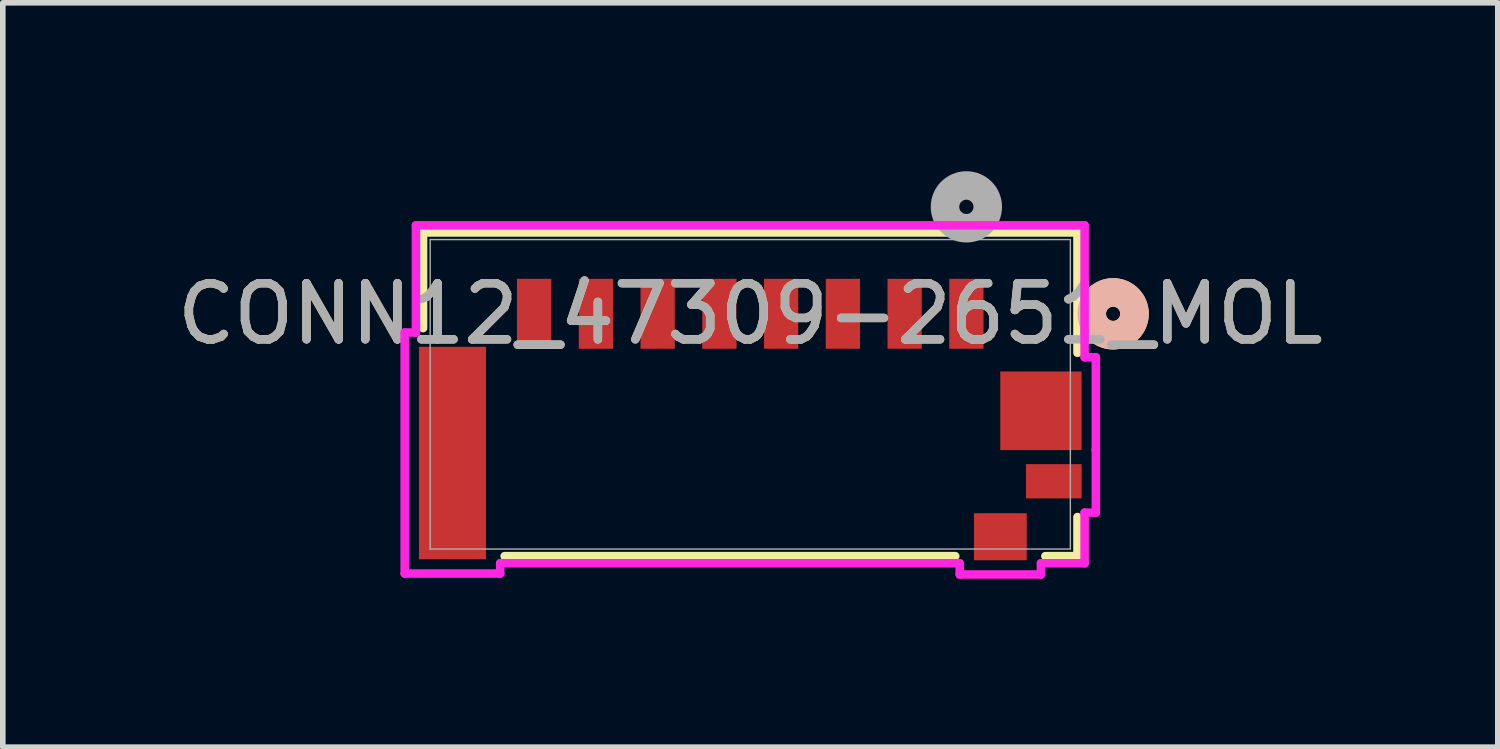
<source format=kicad_pcb>
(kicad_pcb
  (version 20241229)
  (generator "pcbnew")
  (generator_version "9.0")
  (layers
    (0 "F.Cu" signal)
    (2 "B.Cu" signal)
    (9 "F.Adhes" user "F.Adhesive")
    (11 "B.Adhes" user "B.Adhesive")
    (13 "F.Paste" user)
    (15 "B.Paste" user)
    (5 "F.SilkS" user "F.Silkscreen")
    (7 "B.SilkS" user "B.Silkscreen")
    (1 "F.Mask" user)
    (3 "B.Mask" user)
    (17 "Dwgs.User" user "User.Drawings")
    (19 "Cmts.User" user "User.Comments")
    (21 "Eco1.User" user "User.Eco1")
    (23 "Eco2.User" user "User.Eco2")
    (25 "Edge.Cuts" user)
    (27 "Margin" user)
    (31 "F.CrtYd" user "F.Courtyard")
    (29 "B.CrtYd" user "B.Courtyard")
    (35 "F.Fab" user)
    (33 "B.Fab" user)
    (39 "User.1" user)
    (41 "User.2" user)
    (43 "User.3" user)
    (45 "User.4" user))
  (footprint "CONN12_47309-2651_MOL"
    (layer "F.Cu")
    (at 10.315 3.974)
    (property "Reference" "CONN12_47309-2651_MOL" (at 0 -1.434 0) (unlocked yes) (layer "F.SilkS") (effects (font (size 1 1) (thickness 0.15))))
    (attr smd)
    (fp_line (start -5.829 -2.883) (end 5.829 -2.883) (stroke (width 0.152) (type solid)) (layer "F.SilkS"))
    (fp_line (start -5.829 -1.179) (end -5.829 -2.883) (stroke (width 0.152) (type solid)) (layer "F.SilkS"))
    (fp_line (start 3.652 2.883) (end -4.376 2.883) (stroke (width 0.152) (type solid)) (layer "F.SilkS"))
    (fp_line (start 5.829 -2.883) (end 5.829 -0.739) (stroke (width 0.152) (type solid)) (layer "F.SilkS"))
    (fp_line (start 5.829 2.186) (end 5.829 2.883) (stroke (width 0.152) (type solid)) (layer "F.SilkS"))
    (fp_line (start 5.829 2.883) (end 5.257 2.883) (stroke (width 0.152) (type solid)) (layer "F.SilkS"))
    (fp_circle (center 6.464 -1.434) (end 6.845 -1.434) (stroke (width 0.508) (type solid)) (fill no) (layer "F.SilkS"))
    (fp_circle (center 6.464 -1.434) (end 6.845 -1.434) (stroke (width 0.508) (type solid)) (fill no) (layer "B.SilkS"))
    (fp_line (start -6.156 -1.1) (end -6.156 3.193) (stroke (width 0.152) (type solid)) (layer "F.CrtYd"))
    (fp_line (start -6.156 3.193) (end -4.455 3.193) (stroke (width 0.152) (type solid)) (layer "F.CrtYd"))
    (fp_line (start -5.956 -3.01) (end -5.956 -1.1) (stroke (width 0.152) (type solid)) (layer "F.CrtYd"))
    (fp_line (start -5.956 -1.1) (end -6.156 -1.1) (stroke (width 0.152) (type solid)) (layer "F.CrtYd"))
    (fp_line (start -4.455 3.01) (end 3.731 3.01) (stroke (width 0.152) (type solid)) (layer "F.CrtYd"))
    (fp_line (start -4.455 3.193) (end -4.455 3.01) (stroke (width 0.152) (type solid)) (layer "F.CrtYd"))
    (fp_line (start 3.731 3.01) (end 3.731 3.21) (stroke (width 0.152) (type solid)) (layer "F.CrtYd"))
    (fp_line (start 3.731 3.21) (end 5.178 3.21) (stroke (width 0.152) (type solid)) (layer "F.CrtYd"))
    (fp_line (start 5.178 3.01) (end 5.956 3.01) (stroke (width 0.152) (type solid)) (layer "F.CrtYd"))
    (fp_line (start 5.178 3.21) (end 5.178 3.01) (stroke (width 0.152) (type solid)) (layer "F.CrtYd"))
    (fp_line (start 5.956 -3.01) (end -5.956 -3.01) (stroke (width 0.152) (type solid)) (layer "F.CrtYd"))
    (fp_line (start 5.956 -0.66) (end 5.956 -3.01) (stroke (width 0.152) (type solid)) (layer "F.CrtYd"))
    (fp_line (start 5.956 2.108) (end 6.156 2.108) (stroke (width 0.152) (type solid)) (layer "F.CrtYd"))
    (fp_line (start 5.956 3.01) (end 5.956 2.108) (stroke (width 0.152) (type solid)) (layer "F.CrtYd"))
    (fp_line (start 6.156 -0.66) (end 5.956 -0.66) (stroke (width 0.152) (type solid)) (layer "F.CrtYd"))
    (fp_line (start 6.156 0.99) (end 6.156 -0.66) (stroke (width 0.152) (type solid)) (layer "F.CrtYd"))
    (fp_line (start 6.156 0.99) (end 6.156 0.99) (stroke (width 0.152) (type solid)) (layer "F.CrtYd"))
    (fp_line (start 6.156 2.108) (end 6.156 0.99) (stroke (width 0.152) (type solid)) (layer "F.CrtYd"))
    (fp_line (start -5.702 -2.756) (end -5.702 2.756) (stroke (width 0.025) (type solid)) (layer "F.Fab"))
    (fp_line (start -5.702 2.756) (end 5.702 2.756) (stroke (width 0.025) (type solid)) (layer "F.Fab"))
    (fp_line (start 5.702 -2.756) (end -5.702 -2.756) (stroke (width 0.025) (type solid)) (layer "F.Fab"))
    (fp_line (start 5.702 2.756) (end 5.702 -2.756) (stroke (width 0.025) (type solid)) (layer "F.Fab"))
    (fp_circle (center 3.85 -3.339) (end 4.231 -3.339) (stroke (width 0.508) (type solid)) (fill no) (layer "F.Fab"))
    (fp_text user "${REFERENCE}" (at 0 -1.434 0) (unlocked yes) (layer "F.Fab") (effects (font (size 1 1) (thickness 0.15))))
    (pad "1" smd rect (at 3.85 -1.434) (size 0.61 1.245) (layers "F.Cu" "F.Mask" "F.Paste"))
    (pad "2" smd rect (at 2.75 -1.434) (size 0.61 1.245) (layers "F.Cu" "F.Mask" "F.Paste"))
    (pad "3" smd rect (at 1.65 -1.434) (size 0.61 1.245) (layers "F.Cu" "F.Mask" "F.Paste"))
    (pad "4" smd rect (at 0.55 -1.434) (size 0.61 1.245) (layers "F.Cu" "F.Mask" "F.Paste"))
    (pad "5" smd rect (at -0.55 -1.434) (size 0.61 1.245) (layers "F.Cu" "F.Mask" "F.Paste"))
    (pad "6" smd rect (at -1.65 -1.434) (size 0.61 1.245) (layers "F.Cu" "F.Mask" "F.Paste"))
    (pad "7" smd rect (at -2.75 -1.434) (size 0.61 1.245) (layers "F.Cu" "F.Mask" "F.Paste"))
    (pad "8" smd rect (at -3.85 -1.434) (size 0.61 1.245) (layers "F.Cu" "F.Mask" "F.Paste"))
    (pad "G1" smd rect (at -5.305 1.046) (size 1.194 3.785) (layers "F.Cu" "F.Mask" "F.Paste"))
    (pad "G2" smd rect (at 5.178 0.294) (size 1.448 1.4) (layers "F.Cu" "F.Mask" "F.Paste"))
    (pad "G3" smd rect (at 5.407 1.549) (size 0.991 0.61) (layers "F.Cu" "F.Mask" "F.Paste"))
    (pad "G4" smd rect (at 4.455 2.537) (size 0.94 0.838) (layers "F.Cu" "F.Mask" "F.Paste")))
  (gr_rect
    (start -3 -3)
    (end 23.631 10.26)
    (stroke (width 0.1) (type default))
    (fill no)
    (layer "Edge.Cuts")))
</source>
